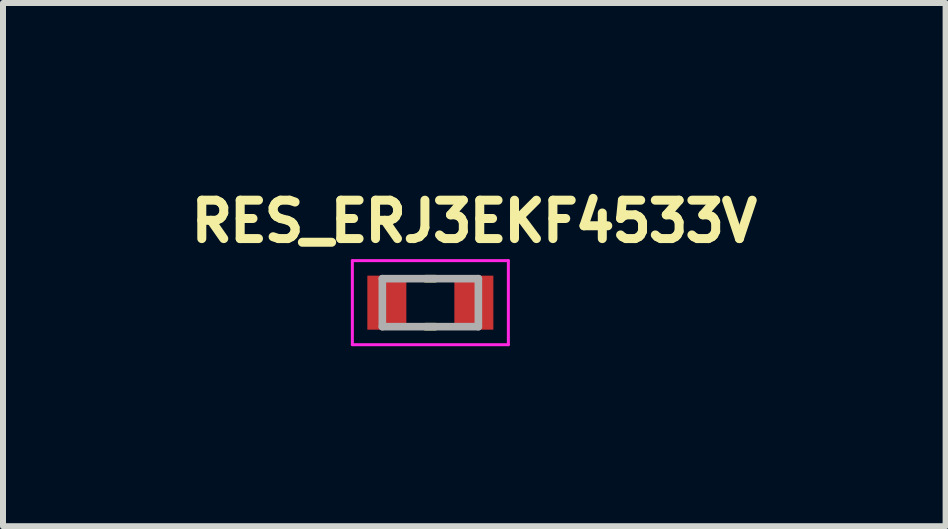
<source format=kicad_pcb>
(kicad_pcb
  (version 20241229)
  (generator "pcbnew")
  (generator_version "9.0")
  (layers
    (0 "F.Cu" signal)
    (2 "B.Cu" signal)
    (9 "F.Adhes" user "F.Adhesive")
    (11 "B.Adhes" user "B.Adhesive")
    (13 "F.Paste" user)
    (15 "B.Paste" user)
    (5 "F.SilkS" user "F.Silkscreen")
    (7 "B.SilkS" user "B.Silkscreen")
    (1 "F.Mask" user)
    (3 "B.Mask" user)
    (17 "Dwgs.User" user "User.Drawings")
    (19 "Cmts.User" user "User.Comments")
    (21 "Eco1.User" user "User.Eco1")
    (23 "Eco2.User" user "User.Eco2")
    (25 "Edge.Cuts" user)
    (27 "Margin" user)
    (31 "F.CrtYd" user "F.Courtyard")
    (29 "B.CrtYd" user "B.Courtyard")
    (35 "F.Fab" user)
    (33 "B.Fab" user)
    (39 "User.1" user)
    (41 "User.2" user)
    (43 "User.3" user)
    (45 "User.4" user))
  (footprint "RES_ERJ3EKF4533V"
    (layer "F.Cu")
    (at 4.122 1.994)
    (property "Reference" "RES_ERJ3EKF4533V" (at 0.732 -1.356 0) (layer "F.SilkS") (effects (font (size 0.64 0.64) (thickness 0.15))))
    (attr smd)
    (fp_line (start -0.08 -0.4) (end 0.08 -0.4) (stroke (width 0.127) (type solid)) (layer "F.SilkS"))
    (fp_line (start -0.08 0.4) (end 0.08 0.4) (stroke (width 0.127) (type solid)) (layer "F.SilkS"))
    (fp_line (start -1.3 -0.7) (end -1.3 0.7) (stroke (width 0.05) (type solid)) (layer "F.CrtYd"))
    (fp_line (start -1.3 0.7) (end 1.3 0.7) (stroke (width 0.05) (type solid)) (layer "F.CrtYd"))
    (fp_line (start 1.3 -0.7) (end -1.3 -0.7) (stroke (width 0.05) (type solid)) (layer "F.CrtYd"))
    (fp_line (start 1.3 0.7) (end 1.3 -0.7) (stroke (width 0.05) (type solid)) (layer "F.CrtYd"))
    (fp_line (start -0.8 -0.4) (end -0.8 0.4) (stroke (width 0.127) (type solid)) (layer "F.Fab"))
    (fp_line (start -0.8 -0.4) (end 0.8 -0.4) (stroke (width 0.127) (type solid)) (layer "F.Fab"))
    (fp_line (start -0.8 0.4) (end 0.8 0.4) (stroke (width 0.127) (type solid)) (layer "F.Fab"))
    (fp_line (start 0.8 -0.4) (end 0.8 0.4) (stroke (width 0.127) (type solid)) (layer "F.Fab"))
    (pad "1" smd rect (at -0.725 0) (size 0.65 0.9) (layers "F.Cu" "F.Mask" "F.Paste"))
    (pad "2" smd rect (at 0.725 0) (size 0.65 0.9) (layers "F.Cu" "F.Mask" "F.Paste")))
  (gr_rect
    (start -3 -3)
    (end 12.709 5.719)
    (stroke (width 0.1) (type default))
    (fill no)
    (layer "Edge.Cuts")))
</source>
